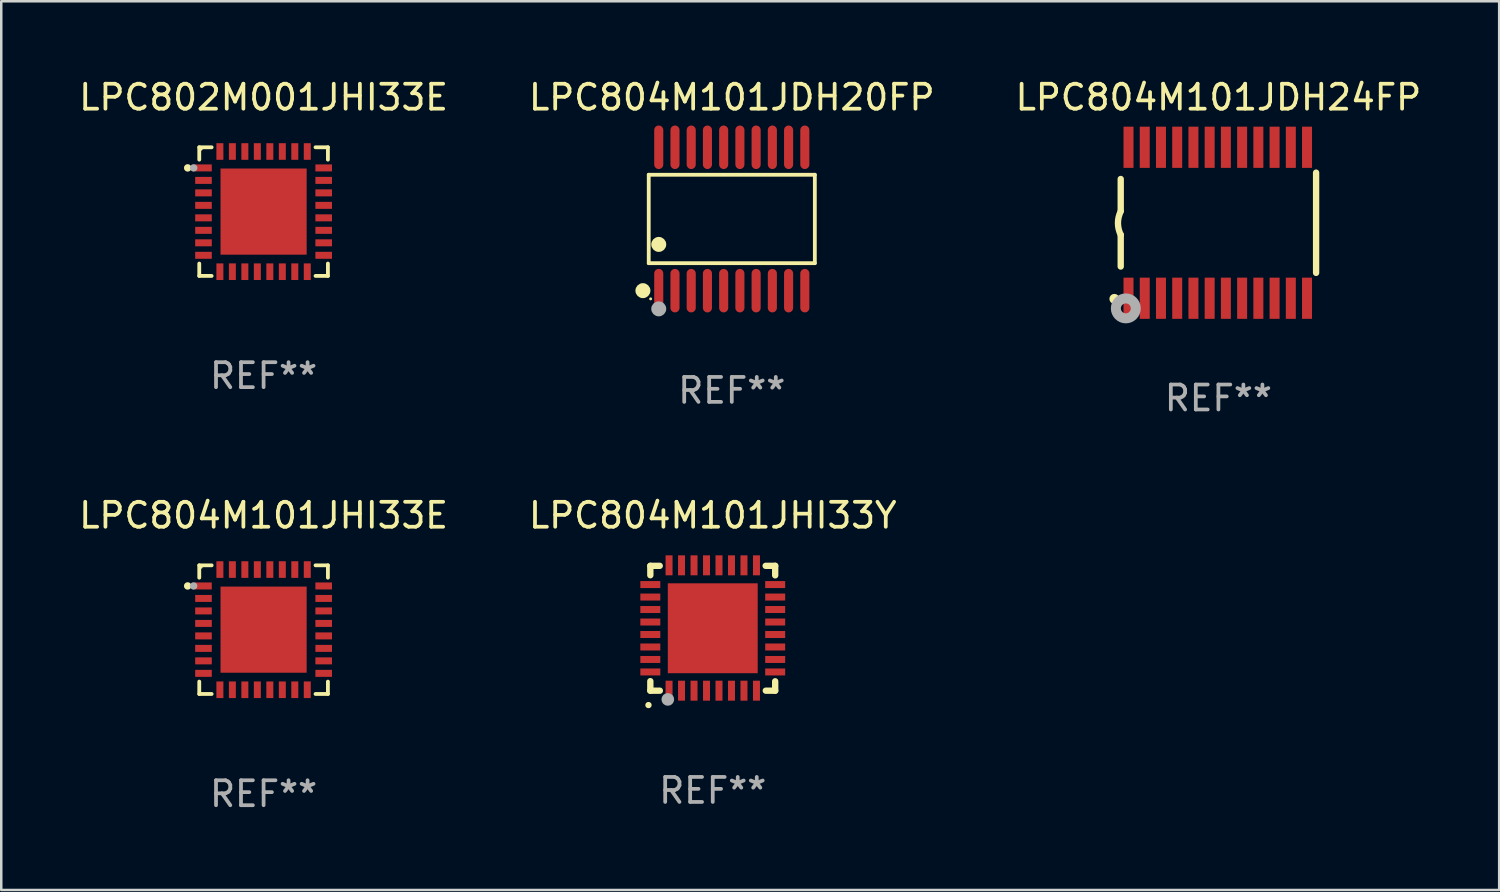
<source format=kicad_pcb>
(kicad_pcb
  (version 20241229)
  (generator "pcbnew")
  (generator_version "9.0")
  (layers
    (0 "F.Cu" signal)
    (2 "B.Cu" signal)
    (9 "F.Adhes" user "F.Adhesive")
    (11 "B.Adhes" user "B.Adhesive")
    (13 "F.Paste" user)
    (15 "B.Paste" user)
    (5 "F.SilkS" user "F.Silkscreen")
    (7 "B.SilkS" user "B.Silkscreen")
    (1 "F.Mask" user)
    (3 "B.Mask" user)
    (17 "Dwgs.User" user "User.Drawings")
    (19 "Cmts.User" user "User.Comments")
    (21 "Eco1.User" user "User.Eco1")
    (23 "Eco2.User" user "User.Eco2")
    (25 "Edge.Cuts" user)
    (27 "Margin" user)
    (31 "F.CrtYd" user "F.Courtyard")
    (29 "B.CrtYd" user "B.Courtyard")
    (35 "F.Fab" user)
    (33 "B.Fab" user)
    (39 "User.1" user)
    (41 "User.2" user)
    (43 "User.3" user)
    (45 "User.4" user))
  (footprint "LPC804M101JDH20FP"
    (layer "F.Cu")
    (at 26.256 5.719)
    (property "Reference" "LPC804M101JDH20FP" (at 0 -4.871 0) (layer "F.SilkS") (effects (font (size 1 1) (thickness 0.15))))
    (attr through_hole)
    (fp_line (start -3.326 -1.771) (end 3.326 -1.771) (stroke (width 0.152) (type solid)) (layer "F.SilkS"))
    (fp_line (start -3.326 1.771) (end -3.326 -1.771) (stroke (width 0.152) (type solid)) (layer "F.SilkS"))
    (fp_line (start 3.326 -1.771) (end 3.326 1.771) (stroke (width 0.152) (type solid)) (layer "F.SilkS"))
    (fp_line (start 3.326 1.771) (end -3.326 1.771) (stroke (width 0.152) (type solid)) (layer "F.SilkS"))
    (fp_circle (center -3.559 2.871) (end -3.409 2.871) (stroke (width 0.3) (type solid)) (fill no) (layer "F.SilkS"))
    (fp_circle (center -3.25 3.2) (end -3.22 3.2) (stroke (width 0.06) (type solid)) (fill no) (layer "F.SilkS"))
    (fp_circle (center -2.925 1.019) (end -2.775 1.019) (stroke (width 0.3) (type solid)) (fill no) (layer "F.SilkS"))
    (fp_circle (center -2.925 3.6) (end -2.775 3.6) (stroke (width 0.3) (type solid)) (fill no) (layer "F.Fab"))
    (fp_text user "REF**" (at 0 6.871 0) (layer "F.Fab") (effects (font (size 1 1) (thickness 0.15))))
    (pad "1" smd oval (at -2.925 2.871) (size 0.364 1.742) (layers "F.Cu" "F.Mask" "F.Paste"))
    (pad "2" smd oval (at -2.275 2.871) (size 0.364 1.742) (layers "F.Cu" "F.Mask" "F.Paste"))
    (pad "3" smd oval (at -1.625 2.871) (size 0.364 1.742) (layers "F.Cu" "F.Mask" "F.Paste"))
    (pad "4" smd oval (at -0.975 2.871) (size 0.364 1.742) (layers "F.Cu" "F.Mask" "F.Paste"))
    (pad "5" smd oval (at -0.325 2.871) (size 0.364 1.742) (layers "F.Cu" "F.Mask" "F.Paste"))
    (pad "6" smd oval (at 0.325 2.871) (size 0.364 1.742) (layers "F.Cu" "F.Mask" "F.Paste"))
    (pad "7" smd oval (at 0.975 2.871) (size 0.364 1.742) (layers "F.Cu" "F.Mask" "F.Paste"))
    (pad "8" smd oval (at 1.625 2.871) (size 0.364 1.742) (layers "F.Cu" "F.Mask" "F.Paste"))
    (pad "9" smd oval (at 2.275 2.871) (size 0.364 1.742) (layers "F.Cu" "F.Mask" "F.Paste"))
    (pad "10" smd oval (at 2.925 2.871) (size 0.364 1.742) (layers "F.Cu" "F.Mask" "F.Paste"))
    (pad "11" smd oval (at 2.925 -2.871) (size 0.364 1.742) (layers "F.Cu" "F.Mask" "F.Paste"))
    (pad "12" smd oval (at 2.275 -2.871) (size 0.364 1.742) (layers "F.Cu" "F.Mask" "F.Paste"))
    (pad "13" smd oval (at 1.625 -2.871) (size 0.364 1.742) (layers "F.Cu" "F.Mask" "F.Paste"))
    (pad "14" smd oval (at 0.975 -2.871) (size 0.364 1.742) (layers "F.Cu" "F.Mask" "F.Paste"))
    (pad "15" smd oval (at 0.325 -2.871) (size 0.364 1.742) (layers "F.Cu" "F.Mask" "F.Paste"))
    (pad "16" smd oval (at -0.325 -2.871) (size 0.364 1.742) (layers "F.Cu" "F.Mask" "F.Paste"))
    (pad "17" smd oval (at -0.975 -2.871) (size 0.364 1.742) (layers "F.Cu" "F.Mask" "F.Paste"))
    (pad "18" smd oval (at -1.625 -2.871) (size 0.364 1.742) (layers "F.Cu" "F.Mask" "F.Paste"))
    (pad "19" smd oval (at -2.275 -2.871) (size 0.364 1.742) (layers "F.Cu" "F.Mask" "F.Paste"))
    (pad "20" smd oval (at -2.925 -2.871) (size 0.364 1.742) (layers "F.Cu" "F.Mask" "F.Paste")))
  (footprint "LPC804M101JHI33E"
    (layer "F.Cu")
    (at 7.506 22.166)
    (property "Reference" "LPC804M101JHI33E" (at 0 -4.576 0) (layer "F.SilkS") (effects (font (size 1 1) (thickness 0.15))))
    (attr through_hole)
    (fp_line (start -2.576 -2.576) (end -2.576 -2.08) (stroke (width 0.152) (type solid)) (layer "F.SilkS"))
    (fp_line (start -2.576 2.576) (end -2.576 2.08) (stroke (width 0.152) (type solid)) (layer "F.SilkS"))
    (fp_line (start -2.08 -2.576) (end -2.576 -2.576) (stroke (width 0.152) (type solid)) (layer "F.SilkS"))
    (fp_line (start -2.08 2.576) (end -2.576 2.576) (stroke (width 0.152) (type solid)) (layer "F.SilkS"))
    (fp_line (start 2.08 -2.576) (end 2.576 -2.576) (stroke (width 0.152) (type solid)) (layer "F.SilkS"))
    (fp_line (start 2.08 2.576) (end 2.576 2.576) (stroke (width 0.152) (type solid)) (layer "F.SilkS"))
    (fp_line (start 2.576 -2.576) (end 2.576 -2.08) (stroke (width 0.152) (type solid)) (layer "F.SilkS"))
    (fp_line (start 2.576 2.576) (end 2.576 2.08) (stroke (width 0.152) (type solid)) (layer "F.SilkS"))
    (fp_circle (center -3.04 -1.75) (end -2.965 -1.75) (stroke (width 0.15) (type solid)) (fill no) (layer "F.SilkS"))
    (fp_circle (center -2.5 -2.5) (end -2.47 -2.5) (stroke (width 0.06) (type solid)) (fill no) (layer "F.SilkS"))
    (fp_circle (center -2.8 -1.75) (end -2.725 -1.75) (stroke (width 0.15) (type solid)) (fill no) (layer "F.Fab"))
    (fp_text user "REF**" (at 0 6.576 0) (layer "F.Fab") (effects (font (size 1 1) (thickness 0.15))))
    (pad "1" smd rect (at -2.407 -1.75) (size 0.665 0.28) (layers "F.Cu" "F.Mask" "F.Paste"))
    (pad "2" smd rect (at -2.407 -1.25) (size 0.665 0.28) (layers "F.Cu" "F.Mask" "F.Paste"))
    (pad "3" smd rect (at -2.407 -0.75) (size 0.665 0.28) (layers "F.Cu" "F.Mask" "F.Paste"))
    (pad "4" smd rect (at -2.407 -0.25) (size 0.665 0.28) (layers "F.Cu" "F.Mask" "F.Paste"))
    (pad "5" smd rect (at -2.407 0.25) (size 0.665 0.28) (layers "F.Cu" "F.Mask" "F.Paste"))
    (pad "6" smd rect (at -2.407 0.75) (size 0.665 0.28) (layers "F.Cu" "F.Mask" "F.Paste"))
    (pad "7" smd rect (at -2.407 1.25) (size 0.665 0.28) (layers "F.Cu" "F.Mask" "F.Paste"))
    (pad "8" smd rect (at -2.407 1.75) (size 0.665 0.28) (layers "F.Cu" "F.Mask" "F.Paste"))
    (pad "9" smd rect (at -1.75 2.407) (size 0.28 0.665) (layers "F.Cu" "F.Mask" "F.Paste"))
    (pad "10" smd rect (at -1.25 2.407) (size 0.28 0.665) (layers "F.Cu" "F.Mask" "F.Paste"))
    (pad "11" smd rect (at -0.75 2.407) (size 0.28 0.665) (layers "F.Cu" "F.Mask" "F.Paste"))
    (pad "12" smd rect (at -0.25 2.407) (size 0.28 0.665) (layers "F.Cu" "F.Mask" "F.Paste"))
    (pad "13" smd rect (at 0.25 2.407) (size 0.28 0.665) (layers "F.Cu" "F.Mask" "F.Paste"))
    (pad "14" smd rect (at 0.75 2.407) (size 0.28 0.665) (layers "F.Cu" "F.Mask" "F.Paste"))
    (pad "15" smd rect (at 1.25 2.407) (size 0.28 0.665) (layers "F.Cu" "F.Mask" "F.Paste"))
    (pad "16" smd rect (at 1.75 2.407) (size 0.28 0.665) (layers "F.Cu" "F.Mask" "F.Paste"))
    (pad "17" smd rect (at 2.407 1.75) (size 0.665 0.28) (layers "F.Cu" "F.Mask" "F.Paste"))
    (pad "18" smd rect (at 2.407 1.25) (size 0.665 0.28) (layers "F.Cu" "F.Mask" "F.Paste"))
    (pad "19" smd rect (at 2.407 0.75) (size 0.665 0.28) (layers "F.Cu" "F.Mask" "F.Paste"))
    (pad "20" smd rect (at 2.407 0.25) (size 0.665 0.28) (layers "F.Cu" "F.Mask" "F.Paste"))
    (pad "21" smd rect (at 2.407 -0.25) (size 0.665 0.28) (layers "F.Cu" "F.Mask" "F.Paste"))
    (pad "22" smd rect (at 2.407 -0.75) (size 0.665 0.28) (layers "F.Cu" "F.Mask" "F.Paste"))
    (pad "23" smd rect (at 2.407 -1.25) (size 0.665 0.28) (layers "F.Cu" "F.Mask" "F.Paste"))
    (pad "24" smd rect (at 2.407 -1.75) (size 0.665 0.28) (layers "F.Cu" "F.Mask" "F.Paste"))
    (pad "25" smd rect (at 1.75 -2.407) (size 0.28 0.665) (layers "F.Cu" "F.Mask" "F.Paste"))
    (pad "26" smd rect (at 1.25 -2.407) (size 0.28 0.665) (layers "F.Cu" "F.Mask" "F.Paste"))
    (pad "27" smd rect (at 0.75 -2.407) (size 0.28 0.665) (layers "F.Cu" "F.Mask" "F.Paste"))
    (pad "28" smd rect (at 0.25 -2.407) (size 0.28 0.665) (layers "F.Cu" "F.Mask" "F.Paste"))
    (pad "29" smd rect (at -0.25 -2.407) (size 0.28 0.665) (layers "F.Cu" "F.Mask" "F.Paste"))
    (pad "30" smd rect (at -0.75 -2.407) (size 0.28 0.665) (layers "F.Cu" "F.Mask" "F.Paste"))
    (pad "31" smd rect (at -1.25 -2.407) (size 0.28 0.665) (layers "F.Cu" "F.Mask" "F.Paste"))
    (pad "32" smd rect (at -1.75 -2.407) (size 0.28 0.665) (layers "F.Cu" "F.Mask" "F.Paste"))
    (pad "33" smd rect (at 0 0) (size 3.45 3.45) (layers "F.Cu" "F.Mask" "F.Paste")))
  (footprint "LPC804M101JHI33Y"
    (layer "F.Cu")
    (at 25.494 22.1)
    (property "Reference" "LPC804M101JHI33Y" (at 0 -4.51 0) (layer "F.SilkS") (effects (font (size 1 1) (thickness 0.15))))
    (attr through_hole)
    (fp_line (start -2.5 -2.49) (end -2.124 -2.49) (stroke (width 0.254) (type solid)) (layer "F.SilkS"))
    (fp_line (start -2.5 -2.114) (end -2.5 -2.49) (stroke (width 0.254) (type solid)) (layer "F.SilkS"))
    (fp_line (start -2.5 2.51) (end -2.5 2.129) (stroke (width 0.254) (type solid)) (layer "F.SilkS"))
    (fp_line (start -2.5 2.51) (end -2.119 2.51) (stroke (width 0.254) (type solid)) (layer "F.SilkS"))
    (fp_line (start 2.119 -2.49) (end 2.5 -2.49) (stroke (width 0.254) (type solid)) (layer "F.SilkS"))
    (fp_line (start 2.124 2.51) (end 2.5 2.51) (stroke (width 0.254) (type solid)) (layer "F.SilkS"))
    (fp_line (start 2.5 -2.49) (end 2.5 -2.109) (stroke (width 0.254) (type solid)) (layer "F.SilkS"))
    (fp_line (start 2.5 2.134) (end 2.5 2.51) (stroke (width 0.254) (type solid)) (layer "F.SilkS"))
    (fp_arc (start -2.57554 3.086005) (mid -2.57427 3.085999) (end -2.573 3.086005) (stroke (width 0.25) (type solid)) (layer "F.SilkS"))
    (fp_circle (center -2.5 2.5) (end -2.45 2.5) (stroke (width 0.1) (type solid)) (fill no) (layer "F.SilkS"))
    (fp_circle (center -1.8 2.86) (end -1.673 2.86) (stroke (width 0.254) (type solid)) (fill no) (layer "F.Fab"))
    (fp_text user "REF**" (at 0 6.51 0) (layer "F.Fab") (effects (font (size 1 1) (thickness 0.15))))
    (pad "1" smd rect (at -1.75 2.51) (size 0.28 0.8) (layers "F.Cu" "F.Mask" "F.Paste"))
    (pad "2" smd rect (at -1.25 2.51) (size 0.28 0.8) (layers "F.Cu" "F.Mask" "F.Paste"))
    (pad "3" smd rect (at -0.75 2.51) (size 0.28 0.8) (layers "F.Cu" "F.Mask" "F.Paste"))
    (pad "4" smd rect (at -0.25 2.51) (size 0.28 0.8) (layers "F.Cu" "F.Mask" "F.Paste"))
    (pad "5" smd rect (at 0.25 2.51) (size 0.28 0.8) (layers "F.Cu" "F.Mask" "F.Paste"))
    (pad "6" smd rect (at 0.75 2.51) (size 0.28 0.8) (layers "F.Cu" "F.Mask" "F.Paste"))
    (pad "7" smd rect (at 1.25 2.51) (size 0.28 0.8) (layers "F.Cu" "F.Mask" "F.Paste"))
    (pad "8" smd rect (at 1.75 2.51) (size 0.28 0.8) (layers "F.Cu" "F.Mask" "F.Paste"))
    (pad "9" smd rect (at 2.5 1.76) (size 0.8 0.28) (layers "F.Cu" "F.Mask" "F.Paste"))
    (pad "10" smd rect (at 2.5 1.26) (size 0.8 0.28) (layers "F.Cu" "F.Mask" "F.Paste"))
    (pad "11" smd rect (at 2.5 0.76) (size 0.8 0.28) (layers "F.Cu" "F.Mask" "F.Paste"))
    (pad "12" smd rect (at 2.5 0.26) (size 0.8 0.28) (layers "F.Cu" "F.Mask" "F.Paste"))
    (pad "13" smd rect (at 2.5 -0.24) (size 0.8 0.28) (layers "F.Cu" "F.Mask" "F.Paste"))
    (pad "14" smd rect (at 2.5 -0.74) (size 0.8 0.28) (layers "F.Cu" "F.Mask" "F.Paste"))
    (pad "15" smd rect (at 2.5 -1.24) (size 0.8 0.28) (layers "F.Cu" "F.Mask" "F.Paste"))
    (pad "16" smd rect (at 2.5 -1.74) (size 0.8 0.28) (layers "F.Cu" "F.Mask" "F.Paste"))
    (pad "17" smd rect (at 1.75 -2.51) (size 0.28 0.8) (layers "F.Cu" "F.Mask" "F.Paste"))
    (pad "18" smd rect (at 1.25 -2.51) (size 0.28 0.8) (layers "F.Cu" "F.Mask" "F.Paste"))
    (pad "19" smd rect (at 0.75 -2.51) (size 0.28 0.8) (layers "F.Cu" "F.Mask" "F.Paste"))
    (pad "20" smd rect (at 0.25 -2.51) (size 0.28 0.8) (layers "F.Cu" "F.Mask" "F.Paste"))
    (pad "21" smd rect (at -0.25 -2.51) (size 0.28 0.8) (layers "F.Cu" "F.Mask" "F.Paste"))
    (pad "22" smd rect (at -0.75 -2.51) (size 0.28 0.8) (layers "F.Cu" "F.Mask" "F.Paste"))
    (pad "23" smd rect (at -1.25 -2.51) (size 0.28 0.8) (layers "F.Cu" "F.Mask" "F.Paste"))
    (pad "24" smd rect (at -1.75 -2.51) (size 0.28 0.8) (layers "F.Cu" "F.Mask" "F.Paste"))
    (pad "25" smd rect (at -2.5 -1.74) (size 0.8 0.28) (layers "F.Cu" "F.Mask" "F.Paste"))
    (pad "26" smd rect (at -2.5 -1.24) (size 0.8 0.28) (layers "F.Cu" "F.Mask" "F.Paste"))
    (pad "27" smd rect (at -2.5 -0.74) (size 0.8 0.28) (layers "F.Cu" "F.Mask" "F.Paste"))
    (pad "28" smd rect (at -2.5 -0.24) (size 0.8 0.28) (layers "F.Cu" "F.Mask" "F.Paste"))
    (pad "29" smd rect (at -2.5 0.26) (size 0.8 0.28) (layers "F.Cu" "F.Mask" "F.Paste"))
    (pad "30" smd rect (at -2.5 0.76) (size 0.8 0.28) (layers "F.Cu" "F.Mask" "F.Paste"))
    (pad "31" smd rect (at -2.5 1.26) (size 0.8 0.28) (layers "F.Cu" "F.Mask" "F.Paste"))
    (pad "32" smd rect (at -2.5 1.76) (size 0.8 0.28) (layers "F.Cu" "F.Mask" "F.Paste"))
    (pad "33" smd rect (at 0.000102 0.01) (size 3.6 3.6) (layers "F.Cu" "F.Mask" "F.Paste")))
  (footprint "LPC802M001JHI33E"
    (layer "F.Cu")
    (at 7.506 5.424)
    (property "Reference" "LPC802M001JHI33E" (at 0 -4.576 0) (layer "F.SilkS") (effects (font (size 1 1) (thickness 0.15))))
    (attr through_hole)
    (fp_line (start -2.576 -2.576) (end -2.576 -2.08) (stroke (width 0.152) (type solid)) (layer "F.SilkS"))
    (fp_line (start -2.576 2.576) (end -2.576 2.08) (stroke (width 0.152) (type solid)) (layer "F.SilkS"))
    (fp_line (start -2.08 -2.576) (end -2.576 -2.576) (stroke (width 0.152) (type solid)) (layer "F.SilkS"))
    (fp_line (start -2.08 2.576) (end -2.576 2.576) (stroke (width 0.152) (type solid)) (layer "F.SilkS"))
    (fp_line (start 2.08 -2.576) (end 2.576 -2.576) (stroke (width 0.152) (type solid)) (layer "F.SilkS"))
    (fp_line (start 2.08 2.576) (end 2.576 2.576) (stroke (width 0.152) (type solid)) (layer "F.SilkS"))
    (fp_line (start 2.576 -2.576) (end 2.576 -2.08) (stroke (width 0.152) (type solid)) (layer "F.SilkS"))
    (fp_line (start 2.576 2.576) (end 2.576 2.08) (stroke (width 0.152) (type solid)) (layer "F.SilkS"))
    (fp_circle (center -3.04 -1.75) (end -2.965 -1.75) (stroke (width 0.15) (type solid)) (fill no) (layer "F.SilkS"))
    (fp_circle (center -2.5 -2.5) (end -2.47 -2.5) (stroke (width 0.06) (type solid)) (fill no) (layer "F.SilkS"))
    (fp_circle (center -2.8 -1.75) (end -2.725 -1.75) (stroke (width 0.15) (type solid)) (fill no) (layer "F.Fab"))
    (fp_text user "REF**" (at 0 6.576 0) (layer "F.Fab") (effects (font (size 1 1) (thickness 0.15))))
    (pad "1" smd rect (at -2.407 -1.75) (size 0.665 0.28) (layers "F.Cu" "F.Mask" "F.Paste"))
    (pad "2" smd rect (at -2.407 -1.25) (size 0.665 0.28) (layers "F.Cu" "F.Mask" "F.Paste"))
    (pad "3" smd rect (at -2.407 -0.75) (size 0.665 0.28) (layers "F.Cu" "F.Mask" "F.Paste"))
    (pad "4" smd rect (at -2.407 -0.25) (size 0.665 0.28) (layers "F.Cu" "F.Mask" "F.Paste"))
    (pad "5" smd rect (at -2.407 0.25) (size 0.665 0.28) (layers "F.Cu" "F.Mask" "F.Paste"))
    (pad "6" smd rect (at -2.407 0.75) (size 0.665 0.28) (layers "F.Cu" "F.Mask" "F.Paste"))
    (pad "7" smd rect (at -2.407 1.25) (size 0.665 0.28) (layers "F.Cu" "F.Mask" "F.Paste"))
    (pad "8" smd rect (at -2.407 1.75) (size 0.665 0.28) (layers "F.Cu" "F.Mask" "F.Paste"))
    (pad "9" smd rect (at -1.75 2.407) (size 0.28 0.665) (layers "F.Cu" "F.Mask" "F.Paste"))
    (pad "10" smd rect (at -1.25 2.407) (size 0.28 0.665) (layers "F.Cu" "F.Mask" "F.Paste"))
    (pad "11" smd rect (at -0.75 2.407) (size 0.28 0.665) (layers "F.Cu" "F.Mask" "F.Paste"))
    (pad "12" smd rect (at -0.25 2.407) (size 0.28 0.665) (layers "F.Cu" "F.Mask" "F.Paste"))
    (pad "13" smd rect (at 0.25 2.407) (size 0.28 0.665) (layers "F.Cu" "F.Mask" "F.Paste"))
    (pad "14" smd rect (at 0.75 2.407) (size 0.28 0.665) (layers "F.Cu" "F.Mask" "F.Paste"))
    (pad "15" smd rect (at 1.25 2.407) (size 0.28 0.665) (layers "F.Cu" "F.Mask" "F.Paste"))
    (pad "16" smd rect (at 1.75 2.407) (size 0.28 0.665) (layers "F.Cu" "F.Mask" "F.Paste"))
    (pad "17" smd rect (at 2.407 1.75) (size 0.665 0.28) (layers "F.Cu" "F.Mask" "F.Paste"))
    (pad "18" smd rect (at 2.407 1.25) (size 0.665 0.28) (layers "F.Cu" "F.Mask" "F.Paste"))
    (pad "19" smd rect (at 2.407 0.75) (size 0.665 0.28) (layers "F.Cu" "F.Mask" "F.Paste"))
    (pad "20" smd rect (at 2.407 0.25) (size 0.665 0.28) (layers "F.Cu" "F.Mask" "F.Paste"))
    (pad "21" smd rect (at 2.407 -0.25) (size 0.665 0.28) (layers "F.Cu" "F.Mask" "F.Paste"))
    (pad "22" smd rect (at 2.407 -0.75) (size 0.665 0.28) (layers "F.Cu" "F.Mask" "F.Paste"))
    (pad "23" smd rect (at 2.407 -1.25) (size 0.665 0.28) (layers "F.Cu" "F.Mask" "F.Paste"))
    (pad "24" smd rect (at 2.407 -1.75) (size 0.665 0.28) (layers "F.Cu" "F.Mask" "F.Paste"))
    (pad "25" smd rect (at 1.75 -2.407) (size 0.28 0.665) (layers "F.Cu" "F.Mask" "F.Paste"))
    (pad "26" smd rect (at 1.25 -2.407) (size 0.28 0.665) (layers "F.Cu" "F.Mask" "F.Paste"))
    (pad "27" smd rect (at 0.75 -2.407) (size 0.28 0.665) (layers "F.Cu" "F.Mask" "F.Paste"))
    (pad "28" smd rect (at 0.25 -2.407) (size 0.28 0.665) (layers "F.Cu" "F.Mask" "F.Paste"))
    (pad "29" smd rect (at -0.25 -2.407) (size 0.28 0.665) (layers "F.Cu" "F.Mask" "F.Paste"))
    (pad "30" smd rect (at -0.75 -2.407) (size 0.28 0.665) (layers "F.Cu" "F.Mask" "F.Paste"))
    (pad "31" smd rect (at -1.25 -2.407) (size 0.28 0.665) (layers "F.Cu" "F.Mask" "F.Paste"))
    (pad "32" smd rect (at -1.75 -2.407) (size 0.28 0.665) (layers "F.Cu" "F.Mask" "F.Paste"))
    (pad "33" smd rect (at 0 0) (size 3.45 3.45) (layers "F.Cu" "F.Mask" "F.Paste")))
  (footprint "LPC804M101JDH24FP"
    (layer "F.Cu")
    (at 45.744 5.871)
    (property "Reference" "LPC804M101JDH24FP" (at 0 -5.023 0) (layer "F.SilkS") (effects (font (size 1 1) (thickness 0.15))))
    (attr through_hole)
    (fp_line (start -3.912 -0.483) (end -3.912 -1.753) (stroke (width 0.254) (type solid)) (layer "F.SilkS"))
    (fp_line (start -3.912 1.753) (end -3.912 0.483) (stroke (width 0.254) (type solid)) (layer "F.SilkS"))
    (fp_line (start 3.912 -2.007) (end 3.912 2.007) (stroke (width 0.254) (type solid)) (layer "F.SilkS"))
    (fp_arc (start -3.911608 0.482601) (mid -4.022537 0.0127) (end -3.911608 -0.457201) (stroke (width 0.254001) (type solid)) (layer "F.SilkS"))
    (fp_circle (center -4.166 3.048) (end -4.066 3.048) (stroke (width 0.2) (type solid)) (fill no) (layer "F.SilkS"))
    (fp_circle (center -3.925 3.186) (end -3.895 3.186) (stroke (width 0.06) (type solid)) (fill no) (layer "F.SilkS"))
    (fp_circle (center -3.708 3.429) (end -3.509 3.429) (stroke (width 0.4) (type solid)) (fill no) (layer "F.Fab"))
    (fp_text user "REF**" (at 0 7.023 0) (layer "F.Fab") (effects (font (size 1 1) (thickness 0.15))))
    (pad "1" smd rect (at -3.6 3.023) (size 0.4 1.65) (layers "F.Cu" "F.Mask" "F.Paste"))
    (pad "2" smd rect (at -2.95 3.023) (size 0.4 1.65) (layers "F.Cu" "F.Mask" "F.Paste"))
    (pad "3" smd rect (at -2.3 3.023) (size 0.4 1.65) (layers "F.Cu" "F.Mask" "F.Paste"))
    (pad "4" smd rect (at -1.65 3.023) (size 0.4 1.65) (layers "F.Cu" "F.Mask" "F.Paste"))
    (pad "5" smd rect (at -1 3.023) (size 0.4 1.65) (layers "F.Cu" "F.Mask" "F.Paste"))
    (pad "6" smd rect (at -0.35 3.023) (size 0.4 1.65) (layers "F.Cu" "F.Mask" "F.Paste"))
    (pad "7" smd rect (at 0.299 3.023) (size 0.4 1.65) (layers "F.Cu" "F.Mask" "F.Paste"))
    (pad "8" smd rect (at 0.95 3.023) (size 0.4 1.65) (layers "F.Cu" "F.Mask" "F.Paste"))
    (pad "9" smd rect (at 1.6 3.023) (size 0.4 1.65) (layers "F.Cu" "F.Mask" "F.Paste"))
    (pad "10" smd rect (at 2.25 3.023) (size 0.4 1.65) (layers "F.Cu" "F.Mask" "F.Paste"))
    (pad "11" smd rect (at 2.9 3.023) (size 0.4 1.65) (layers "F.Cu" "F.Mask" "F.Paste"))
    (pad "12" smd rect (at 3.549 3.023) (size 0.4 1.65) (layers "F.Cu" "F.Mask" "F.Paste"))
    (pad "13" smd rect (at 3.549 -3.023) (size 0.4 1.65) (layers "F.Cu" "F.Mask" "F.Paste"))
    (pad "14" smd rect (at 2.9 -3.023) (size 0.4 1.65) (layers "F.Cu" "F.Mask" "F.Paste"))
    (pad "15" smd rect (at 2.25 -3.023) (size 0.4 1.65) (layers "F.Cu" "F.Mask" "F.Paste"))
    (pad "16" smd rect (at 1.6 -3.023) (size 0.4 1.65) (layers "F.Cu" "F.Mask" "F.Paste"))
    (pad "17" smd rect (at 0.95 -3.023) (size 0.4 1.65) (layers "F.Cu" "F.Mask" "F.Paste"))
    (pad "18" smd rect (at 0.299 -3.023) (size 0.4 1.65) (layers "F.Cu" "F.Mask" "F.Paste"))
    (pad "19" smd rect (at -0.35 -3.023) (size 0.4 1.65) (layers "F.Cu" "F.Mask" "F.Paste"))
    (pad "20" smd rect (at -1 -3.023) (size 0.4 1.65) (layers "F.Cu" "F.Mask" "F.Paste"))
    (pad "21" smd rect (at -1.65 -3.023) (size 0.4 1.65) (layers "F.Cu" "F.Mask" "F.Paste"))
    (pad "22" smd rect (at -2.3 -3.023) (size 0.4 1.65) (layers "F.Cu" "F.Mask" "F.Paste"))
    (pad "23" smd rect (at -2.95 -3.023) (size 0.4 1.65) (layers "F.Cu" "F.Mask" "F.Paste"))
    (pad "24" smd rect (at -3.6 -3.023) (size 0.4 1.65) (layers "F.Cu" "F.Mask" "F.Paste")))
  (gr_rect
    (start -3 -3)
    (end 56.988 32.591)
    (stroke (width 0.1) (type default))
    (fill no)
    (layer "Edge.Cuts")))
</source>
